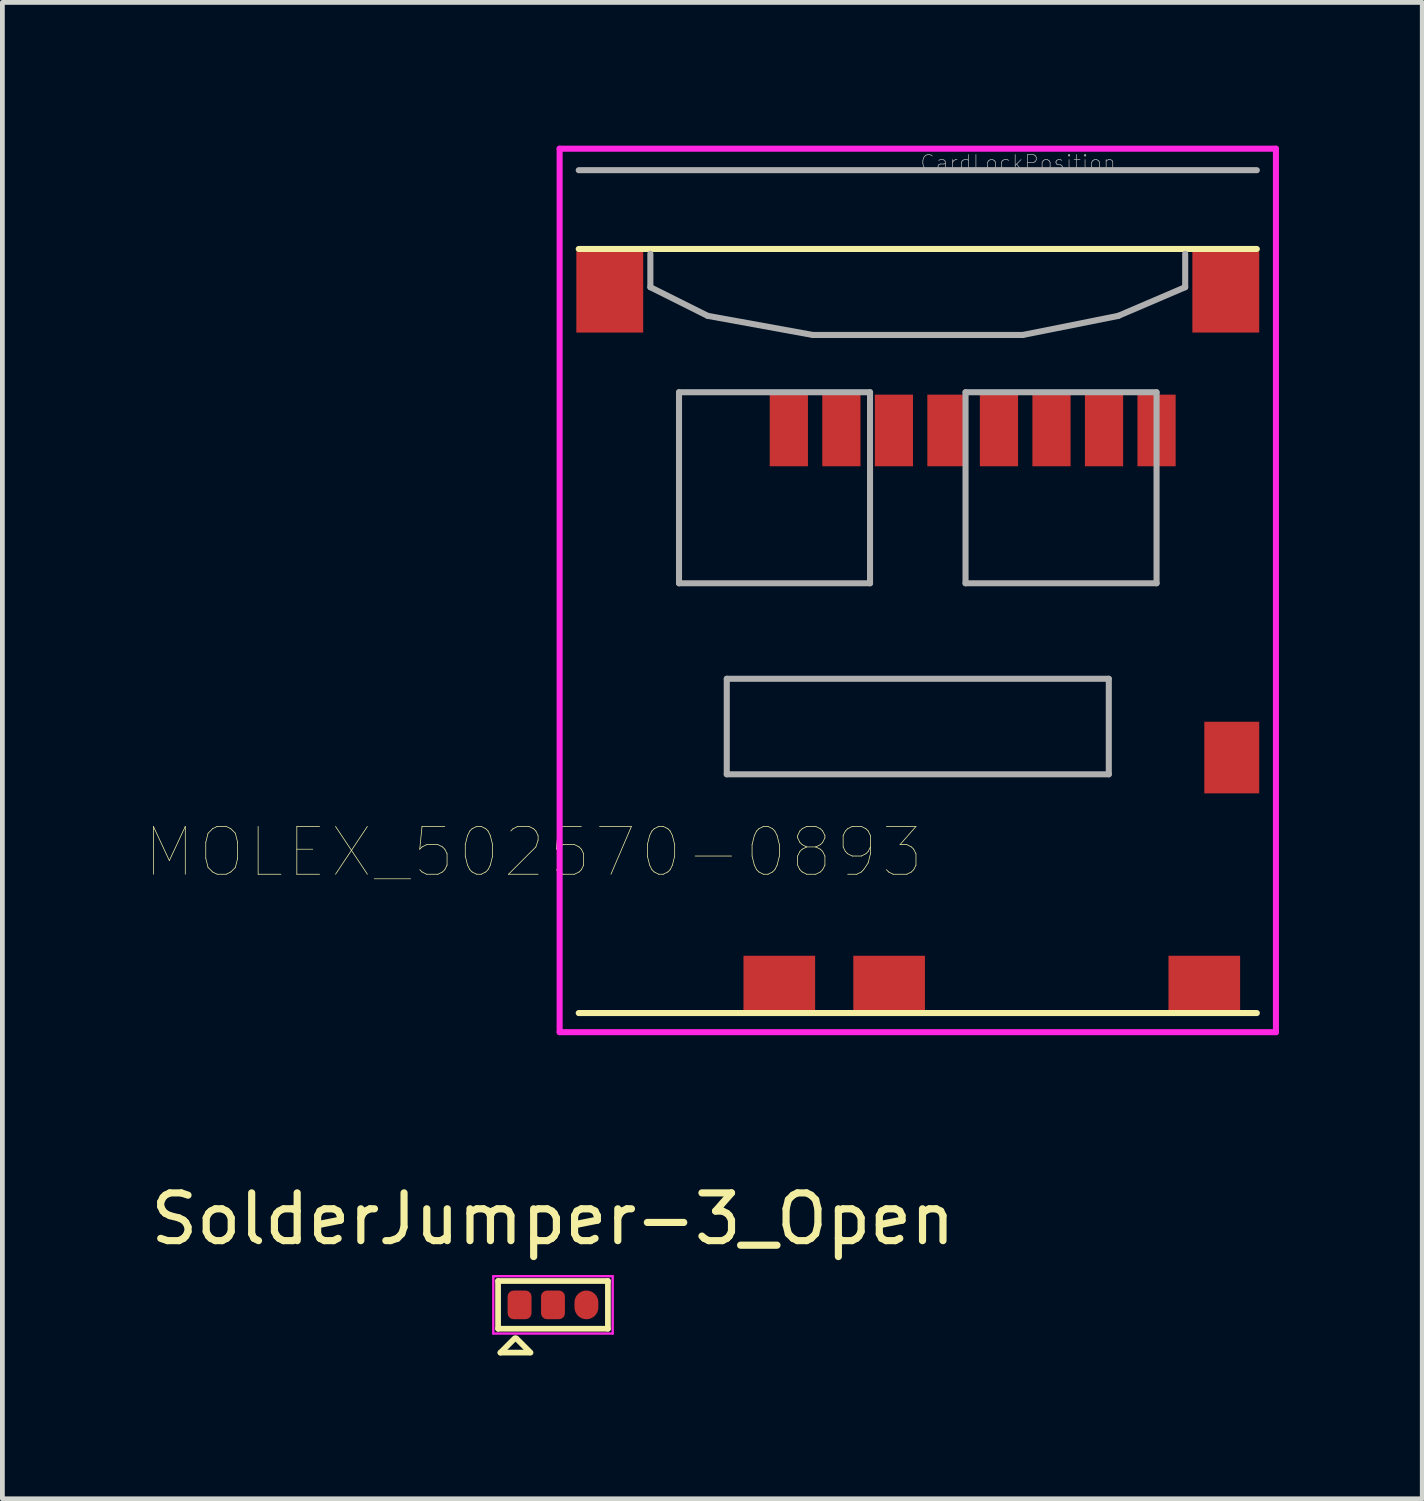
<source format=kicad_pcb>
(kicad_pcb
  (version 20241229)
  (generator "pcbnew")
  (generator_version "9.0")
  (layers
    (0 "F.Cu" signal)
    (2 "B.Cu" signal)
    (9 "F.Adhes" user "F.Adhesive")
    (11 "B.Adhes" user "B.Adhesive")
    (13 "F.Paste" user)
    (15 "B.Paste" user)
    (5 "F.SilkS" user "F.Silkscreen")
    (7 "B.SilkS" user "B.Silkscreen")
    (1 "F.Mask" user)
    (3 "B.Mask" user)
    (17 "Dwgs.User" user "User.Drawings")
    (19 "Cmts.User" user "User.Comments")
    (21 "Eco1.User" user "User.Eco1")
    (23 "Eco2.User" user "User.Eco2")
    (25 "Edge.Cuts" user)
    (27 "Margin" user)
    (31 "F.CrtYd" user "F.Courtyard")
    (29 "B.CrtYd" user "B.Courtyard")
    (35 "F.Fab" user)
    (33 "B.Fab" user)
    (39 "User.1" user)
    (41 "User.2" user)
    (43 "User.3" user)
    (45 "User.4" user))
  (footprint "MOLEX_502570-0893"
    (layer "F.Cu")
    (at 16.169 10.164)
    (property "Reference" "MOLEX_502570-0893" (at -8.046 4.631 180) (layer "F.SilkS") (effects (font (size 1.001 1.001) (thickness 0.015))))
    (attr through_hole)
    (fp_line (start -7.1 -8) (end 7.1 -8) (stroke (width 0.127) (type solid)) (layer "F.SilkS"))
    (fp_line (start -7.1 8) (end 7.1 8) (stroke (width 0.127) (type solid)) (layer "F.SilkS"))
    (fp_line (start -7.5 -10.1) (end -7.5 8.4) (stroke (width 0.127) (type solid)) (layer "F.CrtYd"))
    (fp_line (start -7.5 8.4) (end 7.5 8.4) (stroke (width 0.127) (type solid)) (layer "F.CrtYd"))
    (fp_line (start 7.5 -10.1) (end -7.5 -10.1) (stroke (width 0.127) (type solid)) (layer "F.CrtYd"))
    (fp_line (start 7.5 8.4) (end 7.5 -10.1) (stroke (width 0.127) (type solid)) (layer "F.CrtYd"))
    (fp_line (start -7.1 -9.65) (end 7.1 -9.65) (stroke (width 0.127) (type solid)) (layer "F.Fab"))
    (fp_line (start -5.6 -7.9) (end -5.6 -7.2) (stroke (width 0.127) (type solid)) (layer "F.Fab"))
    (fp_line (start -5.6 -7.2) (end -4.4 -6.6) (stroke (width 0.127) (type solid)) (layer "F.Fab"))
    (fp_line (start -5 -5) (end -5 -1) (stroke (width 0.127) (type solid)) (layer "F.Fab"))
    (fp_line (start -5 -1) (end -1 -1) (stroke (width 0.127) (type solid)) (layer "F.Fab"))
    (fp_line (start -4.4 -6.6) (end -2.2 -6.2) (stroke (width 0.127) (type solid)) (layer "F.Fab"))
    (fp_line (start -4 1) (end -4 3) (stroke (width 0.127) (type solid)) (layer "F.Fab"))
    (fp_line (start -4 3) (end 4 3) (stroke (width 0.127) (type solid)) (layer "F.Fab"))
    (fp_line (start -2.2 -6.2) (end 2.2 -6.2) (stroke (width 0.127) (type solid)) (layer "F.Fab"))
    (fp_line (start -1 -5) (end -5 -5) (stroke (width 0.127) (type solid)) (layer "F.Fab"))
    (fp_line (start -1 -1) (end -1 -5) (stroke (width 0.127) (type solid)) (layer "F.Fab"))
    (fp_line (start 1 -5) (end 1 -1) (stroke (width 0.127) (type solid)) (layer "F.Fab"))
    (fp_line (start 1 -1) (end 5 -1) (stroke (width 0.127) (type solid)) (layer "F.Fab"))
    (fp_line (start 4 1) (end -4 1) (stroke (width 0.127) (type solid)) (layer "F.Fab"))
    (fp_line (start 4 3) (end 4 1) (stroke (width 0.127) (type solid)) (layer "F.Fab"))
    (fp_line (start 4.2 -6.6) (end 2.2 -6.2) (stroke (width 0.127) (type solid)) (layer "F.Fab"))
    (fp_line (start 5 -5) (end 1 -5) (stroke (width 0.127) (type solid)) (layer "F.Fab"))
    (fp_line (start 5 -1) (end 5 -5) (stroke (width 0.127) (type solid)) (layer "F.Fab"))
    (fp_line (start 5.6 -7.2) (end 4.2 -6.6) (stroke (width 0.127) (type solid)) (layer "F.Fab"))
    (fp_line (start 5.6 -7.2) (end 5.6 -7.9) (stroke (width 0.127) (type solid)) (layer "F.Fab"))
    (fp_text user "Card~{Lock}Position" (at 2.101 -9.805 0) (layer "F.Fab") (effects (font (size 0.32 0.32) (thickness 0.015))))
    (pad "1" smd rect (at -2.7 -4.2) (size 0.8 1.5) (layers "F.Cu" "F.Mask" "F.Paste"))
    (pad "2" smd rect (at -1.6 -4.2) (size 0.8 1.5) (layers "F.Cu" "F.Mask" "F.Paste"))
    (pad "3" smd rect (at -0.5 -4.2) (size 0.8 1.5) (layers "F.Cu" "F.Mask" "F.Paste"))
    (pad "4" smd rect (at 0.6 -4.2) (size 0.8 1.5) (layers "F.Cu" "F.Mask" "F.Paste"))
    (pad "5" smd rect (at 1.7 -4.2) (size 0.8 1.5) (layers "F.Cu" "F.Mask" "F.Paste"))
    (pad "6" smd rect (at 2.8 -4.2) (size 0.8 1.5) (layers "F.Cu" "F.Mask" "F.Paste"))
    (pad "7" smd rect (at 3.9 -4.2) (size 0.8 1.5) (layers "F.Cu" "F.Mask" "F.Paste"))
    (pad "8" smd rect (at 5 -4.2) (size 0.8 1.5) (layers "F.Cu" "F.Mask" "F.Paste"))
    (pad "DL" smd rect (at 6.575 2.65) (size 1.15 1.5) (layers "F.Cu" "F.Mask" "F.Paste"))
    (pad "DS" smd rect (at -0.6 7.375) (size 1.5 1.15) (layers "F.Cu" "F.Mask" "F.Paste"))
    (pad "SM1" smd rect (at -6.45 -7.1) (size 1.4 1.7) (layers "F.Cu" "F.Mask" "F.Paste"))
    (pad "SM2" smd rect (at 6.45 -7.1) (size 1.4 1.7) (layers "F.Cu" "F.Mask" "F.Paste"))
    (pad "SM3" smd rect (at -2.9 7.375) (size 1.5 1.15) (layers "F.Cu" "F.Mask" "F.Paste"))
    (pad "SM4" smd rect (at 6 7.375) (size 1.5 1.15) (layers "F.Cu" "F.Mask" "F.Paste")))
  (footprint "SolderJumper-3_Open"
    (layer "F.Cu")
    (at 8.53 24.275)
    (property "Reference" "SolderJumper-3_Open" (at 0 -1.8 0) (layer "F.SilkS") (effects (font (size 1 1) (thickness 0.15))))
    (attr exclude_from_pos_files exclude_from_bom)
    (fp_line (start -1.15 -0.5) (end 1.15 -0.5) (stroke (width 0.12) (type solid)) (layer "F.SilkS"))
    (fp_line (start -1.15 0.5) (end -1.15 -0.5) (stroke (width 0.12) (type solid)) (layer "F.SilkS"))
    (fp_line (start -1.1 1) (end -0.5 1) (stroke (width 0.12) (type solid)) (layer "F.SilkS"))
    (fp_line (start -0.8 0.7) (end -1.1 1) (stroke (width 0.12) (type solid)) (layer "F.SilkS"))
    (fp_line (start -0.77 0.7) (end -0.47 1) (stroke (width 0.12) (type solid)) (layer "F.SilkS"))
    (fp_line (start 1.15 -0.5) (end 1.15 0.5) (stroke (width 0.12) (type solid)) (layer "F.SilkS"))
    (fp_line (start 1.15 0.5) (end -1.15 0.5) (stroke (width 0.12) (type solid)) (layer "F.SilkS"))
    (fp_line (start -1.25 -0.6) (end -1.25 0.6) (stroke (width 0.05) (type solid)) (layer "F.CrtYd"))
    (fp_line (start -1.25 -0.6) (end 1.25 -0.6) (stroke (width 0.05) (type solid)) (layer "F.CrtYd"))
    (fp_line (start 1.25 0.6) (end -1.25 0.6) (stroke (width 0.05) (type solid)) (layer "F.CrtYd"))
    (fp_line (start 1.25 0.6) (end 1.25 -0.6) (stroke (width 0.05) (type solid)) (layer "F.CrtYd"))
    (pad "1" smd roundrect (at -0.7 0) (size 0.5 0.6) (layers "F.Cu" "F.Mask") (roundrect_rratio 0.25))
    (pad "2" smd roundrect (at 0 0) (size 0.5 0.6) (layers "F.Cu" "F.Mask") (roundrect_rratio 0.25))
    (pad "3" smd oval (at 0.7 0) (size 0.5 0.6) (layers "F.Cu" "F.Mask")))
  (gr_rect
    (start -3 -3)
    (end 26.733 28.335)
    (stroke (width 0.1) (type default))
    (fill no)
    (layer "Edge.Cuts")))
</source>
